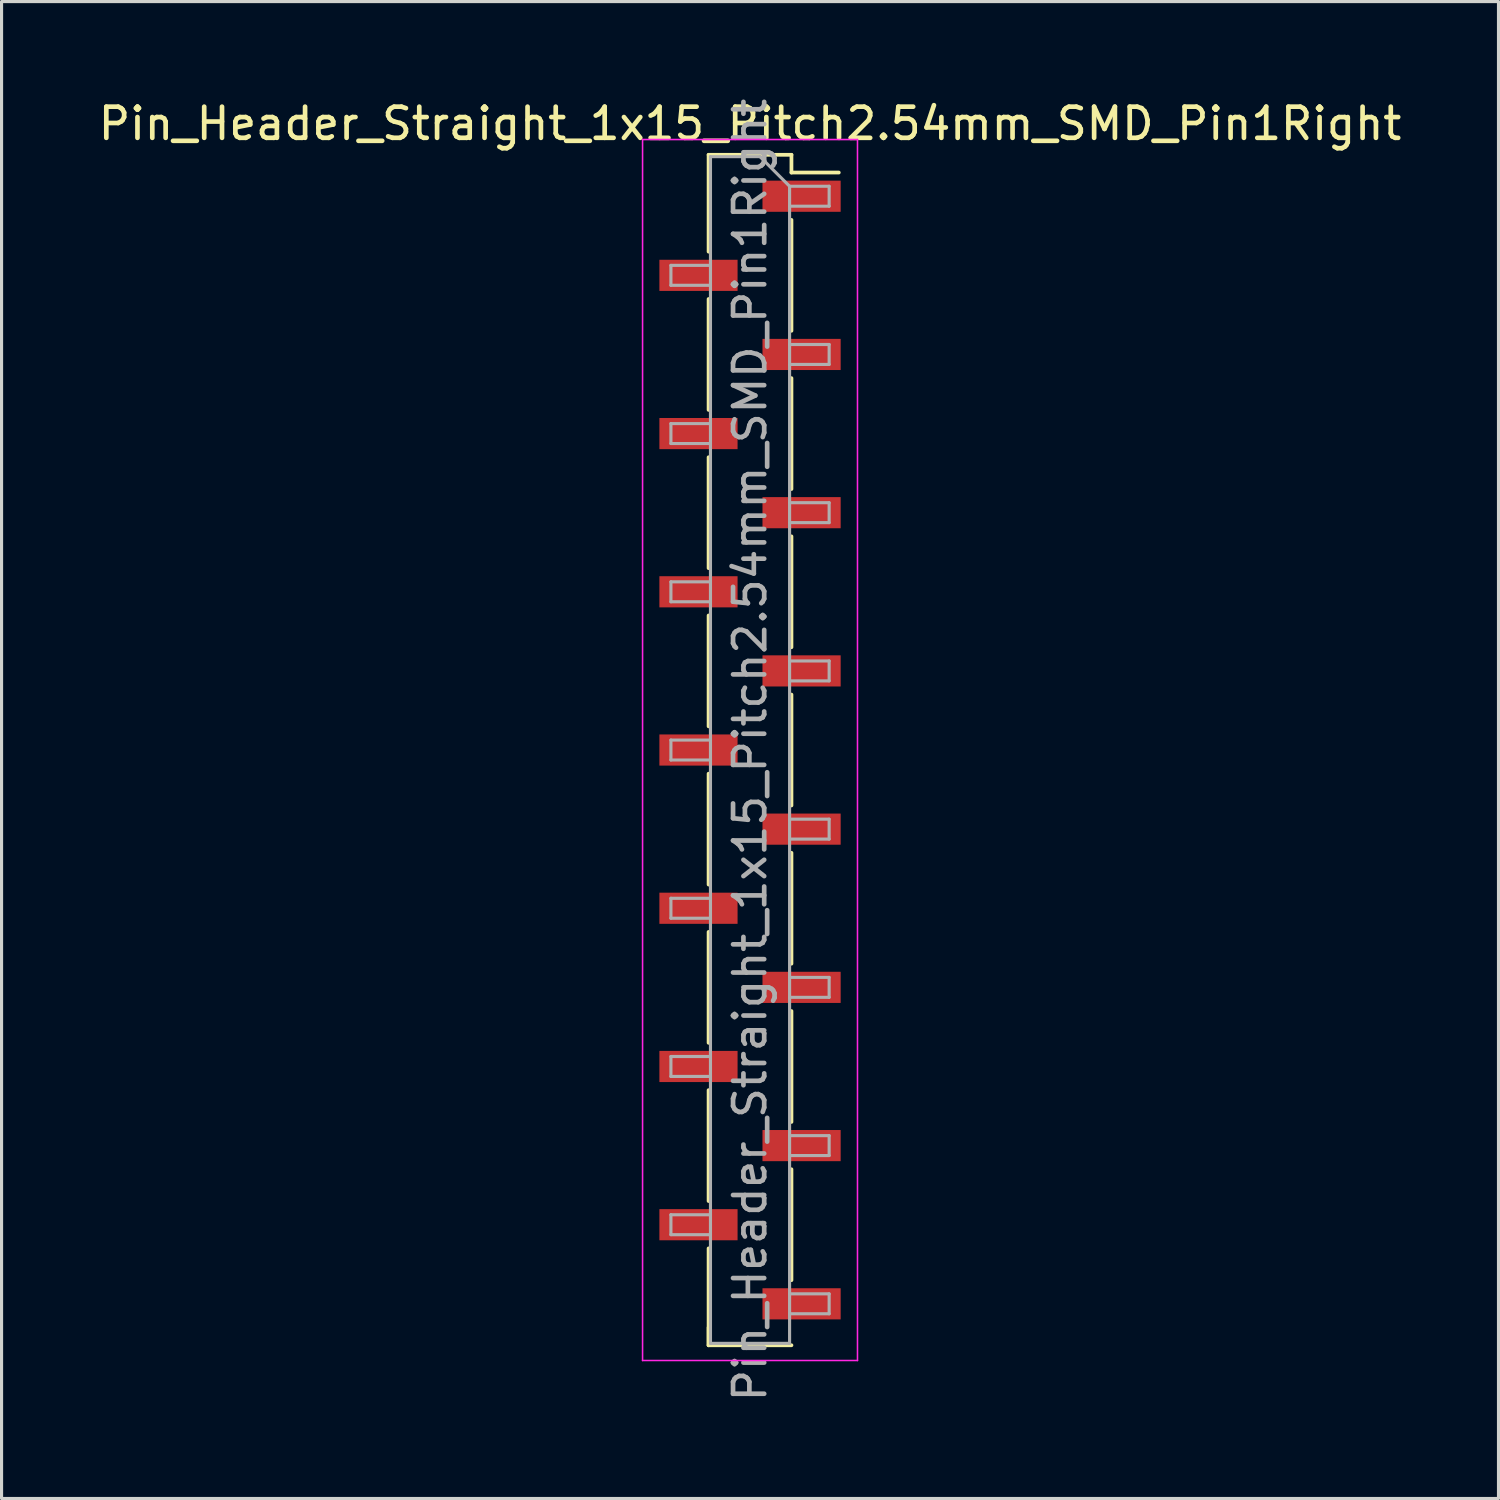
<source format=kicad_pcb>
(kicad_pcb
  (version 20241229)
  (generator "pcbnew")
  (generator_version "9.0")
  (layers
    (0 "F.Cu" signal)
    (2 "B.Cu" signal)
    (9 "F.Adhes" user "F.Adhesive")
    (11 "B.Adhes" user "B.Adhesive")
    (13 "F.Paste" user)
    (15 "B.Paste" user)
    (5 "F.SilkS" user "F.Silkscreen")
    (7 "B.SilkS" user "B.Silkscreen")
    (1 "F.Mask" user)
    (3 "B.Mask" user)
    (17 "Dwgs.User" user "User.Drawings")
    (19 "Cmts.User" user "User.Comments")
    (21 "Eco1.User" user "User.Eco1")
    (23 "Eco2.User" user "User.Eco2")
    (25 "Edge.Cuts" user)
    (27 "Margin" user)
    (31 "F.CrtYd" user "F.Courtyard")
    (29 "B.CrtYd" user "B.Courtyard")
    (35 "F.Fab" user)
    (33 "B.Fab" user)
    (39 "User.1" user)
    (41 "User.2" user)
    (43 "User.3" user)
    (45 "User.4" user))
  (footprint "Pin_Header_Straight_1x15_Pitch2.54mm_SMD_Pin1Right"
    (layer "F.Cu")
    (at 21.03 21.03)
    (property "Reference" "Pin_Header_Straight_1x15_Pitch2.54mm_SMD_Pin1Right" (at 0 -20.11 0) (layer "F.SilkS") (effects (font (size 1 1) (thickness 0.15))))
    (attr smd)
    (fp_line (start -1.33 -19.11) (end -1.33 -16) (stroke (width 0.12) (type solid)) (layer "F.SilkS"))
    (fp_line (start -1.33 -19.11) (end 1.33 -19.11) (stroke (width 0.12) (type solid)) (layer "F.SilkS"))
    (fp_line (start -1.33 -14.48) (end -1.33 -10.92) (stroke (width 0.12) (type solid)) (layer "F.SilkS"))
    (fp_line (start -1.33 -9.4) (end -1.33 -5.84) (stroke (width 0.12) (type solid)) (layer "F.SilkS"))
    (fp_line (start -1.33 -4.32) (end -1.33 -0.76) (stroke (width 0.12) (type solid)) (layer "F.SilkS"))
    (fp_line (start -1.33 0.76) (end -1.33 4.32) (stroke (width 0.12) (type solid)) (layer "F.SilkS"))
    (fp_line (start -1.33 5.84) (end -1.33 9.4) (stroke (width 0.12) (type solid)) (layer "F.SilkS"))
    (fp_line (start -1.33 10.92) (end -1.33 14.48) (stroke (width 0.12) (type solid)) (layer "F.SilkS"))
    (fp_line (start -1.33 16) (end -1.33 19.11) (stroke (width 0.12) (type solid)) (layer "F.SilkS"))
    (fp_line (start -1.33 18.54) (end -1.33 19.11) (stroke (width 0.12) (type solid)) (layer "F.SilkS"))
    (fp_line (start -1.33 19.11) (end 1.33 19.11) (stroke (width 0.12) (type solid)) (layer "F.SilkS"))
    (fp_line (start 1.33 -19.11) (end 1.33 -18.54) (stroke (width 0.12) (type solid)) (layer "F.SilkS"))
    (fp_line (start 1.33 -18.54) (end 2.85 -18.54) (stroke (width 0.12) (type solid)) (layer "F.SilkS"))
    (fp_line (start 1.33 -17.02) (end 1.33 -13.46) (stroke (width 0.12) (type solid)) (layer "F.SilkS"))
    (fp_line (start 1.33 -11.94) (end 1.33 -8.38) (stroke (width 0.12) (type solid)) (layer "F.SilkS"))
    (fp_line (start 1.33 -6.86) (end 1.33 -3.3) (stroke (width 0.12) (type solid)) (layer "F.SilkS"))
    (fp_line (start 1.33 -1.78) (end 1.33 1.78) (stroke (width 0.12) (type solid)) (layer "F.SilkS"))
    (fp_line (start 1.33 3.3) (end 1.33 6.86) (stroke (width 0.12) (type solid)) (layer "F.SilkS"))
    (fp_line (start 1.33 8.38) (end 1.33 11.94) (stroke (width 0.12) (type solid)) (layer "F.SilkS"))
    (fp_line (start 1.33 13.46) (end 1.33 17.02) (stroke (width 0.12) (type solid)) (layer "F.SilkS"))
    (fp_line (start -3.45 -19.6) (end -3.45 19.6) (stroke (width 0.05) (type solid)) (layer "F.CrtYd"))
    (fp_line (start -3.45 19.6) (end 3.45 19.6) (stroke (width 0.05) (type solid)) (layer "F.CrtYd"))
    (fp_line (start 3.45 -19.6) (end -3.45 -19.6) (stroke (width 0.05) (type solid)) (layer "F.CrtYd"))
    (fp_line (start 3.45 19.6) (end 3.45 -19.6) (stroke (width 0.05) (type solid)) (layer "F.CrtYd"))
    (fp_line (start -2.54 -15.56) (end -2.54 -14.92) (stroke (width 0.1) (type solid)) (layer "F.Fab"))
    (fp_line (start -2.54 -14.92) (end -1.27 -14.92) (stroke (width 0.1) (type solid)) (layer "F.Fab"))
    (fp_line (start -2.54 -10.48) (end -2.54 -9.84) (stroke (width 0.1) (type solid)) (layer "F.Fab"))
    (fp_line (start -2.54 -9.84) (end -1.27 -9.84) (stroke (width 0.1) (type solid)) (layer "F.Fab"))
    (fp_line (start -2.54 -5.4) (end -2.54 -4.76) (stroke (width 0.1) (type solid)) (layer "F.Fab"))
    (fp_line (start -2.54 -4.76) (end -1.27 -4.76) (stroke (width 0.1) (type solid)) (layer "F.Fab"))
    (fp_line (start -2.54 -0.32) (end -2.54 0.32) (stroke (width 0.1) (type solid)) (layer "F.Fab"))
    (fp_line (start -2.54 0.32) (end -1.27 0.32) (stroke (width 0.1) (type solid)) (layer "F.Fab"))
    (fp_line (start -2.54 4.76) (end -2.54 5.4) (stroke (width 0.1) (type solid)) (layer "F.Fab"))
    (fp_line (start -2.54 5.4) (end -1.27 5.4) (stroke (width 0.1) (type solid)) (layer "F.Fab"))
    (fp_line (start -2.54 9.84) (end -2.54 10.48) (stroke (width 0.1) (type solid)) (layer "F.Fab"))
    (fp_line (start -2.54 10.48) (end -1.27 10.48) (stroke (width 0.1) (type solid)) (layer "F.Fab"))
    (fp_line (start -2.54 14.92) (end -2.54 15.56) (stroke (width 0.1) (type solid)) (layer "F.Fab"))
    (fp_line (start -2.54 15.56) (end -1.27 15.56) (stroke (width 0.1) (type solid)) (layer "F.Fab"))
    (fp_line (start -1.27 -19.05) (end -1.27 19.05) (stroke (width 0.1) (type solid)) (layer "F.Fab"))
    (fp_line (start -1.27 -19.05) (end 0.32 -19.05) (stroke (width 0.1) (type solid)) (layer "F.Fab"))
    (fp_line (start -1.27 -15.56) (end -2.54 -15.56) (stroke (width 0.1) (type solid)) (layer "F.Fab"))
    (fp_line (start -1.27 -10.48) (end -2.54 -10.48) (stroke (width 0.1) (type solid)) (layer "F.Fab"))
    (fp_line (start -1.27 -5.4) (end -2.54 -5.4) (stroke (width 0.1) (type solid)) (layer "F.Fab"))
    (fp_line (start -1.27 -0.32) (end -2.54 -0.32) (stroke (width 0.1) (type solid)) (layer "F.Fab"))
    (fp_line (start -1.27 4.76) (end -2.54 4.76) (stroke (width 0.1) (type solid)) (layer "F.Fab"))
    (fp_line (start -1.27 9.84) (end -2.54 9.84) (stroke (width 0.1) (type solid)) (layer "F.Fab"))
    (fp_line (start -1.27 14.92) (end -2.54 14.92) (stroke (width 0.1) (type solid)) (layer "F.Fab"))
    (fp_line (start 1.27 -18.1) (end 0.32 -19.05) (stroke (width 0.1) (type solid)) (layer "F.Fab"))
    (fp_line (start 1.27 -18.1) (end 2.54 -18.1) (stroke (width 0.1) (type solid)) (layer "F.Fab"))
    (fp_line (start 1.27 -13.02) (end 2.54 -13.02) (stroke (width 0.1) (type solid)) (layer "F.Fab"))
    (fp_line (start 1.27 -7.94) (end 2.54 -7.94) (stroke (width 0.1) (type solid)) (layer "F.Fab"))
    (fp_line (start 1.27 -2.86) (end 2.54 -2.86) (stroke (width 0.1) (type solid)) (layer "F.Fab"))
    (fp_line (start 1.27 2.22) (end 2.54 2.22) (stroke (width 0.1) (type solid)) (layer "F.Fab"))
    (fp_line (start 1.27 7.3) (end 2.54 7.3) (stroke (width 0.1) (type solid)) (layer "F.Fab"))
    (fp_line (start 1.27 12.38) (end 2.54 12.38) (stroke (width 0.1) (type solid)) (layer "F.Fab"))
    (fp_line (start 1.27 17.46) (end 2.54 17.46) (stroke (width 0.1) (type solid)) (layer "F.Fab"))
    (fp_line (start 1.27 19.05) (end -1.27 19.05) (stroke (width 0.1) (type solid)) (layer "F.Fab"))
    (fp_line (start 1.27 19.05) (end 1.27 -18.1) (stroke (width 0.1) (type solid)) (layer "F.Fab"))
    (fp_line (start 2.54 -18.1) (end 2.54 -17.46) (stroke (width 0.1) (type solid)) (layer "F.Fab"))
    (fp_line (start 2.54 -17.46) (end 1.27 -17.46) (stroke (width 0.1) (type solid)) (layer "F.Fab"))
    (fp_line (start 2.54 -13.02) (end 2.54 -12.38) (stroke (width 0.1) (type solid)) (layer "F.Fab"))
    (fp_line (start 2.54 -12.38) (end 1.27 -12.38) (stroke (width 0.1) (type solid)) (layer "F.Fab"))
    (fp_line (start 2.54 -7.94) (end 2.54 -7.3) (stroke (width 0.1) (type solid)) (layer "F.Fab"))
    (fp_line (start 2.54 -7.3) (end 1.27 -7.3) (stroke (width 0.1) (type solid)) (layer "F.Fab"))
    (fp_line (start 2.54 -2.86) (end 2.54 -2.22) (stroke (width 0.1) (type solid)) (layer "F.Fab"))
    (fp_line (start 2.54 -2.22) (end 1.27 -2.22) (stroke (width 0.1) (type solid)) (layer "F.Fab"))
    (fp_line (start 2.54 2.22) (end 2.54 2.86) (stroke (width 0.1) (type solid)) (layer "F.Fab"))
    (fp_line (start 2.54 2.86) (end 1.27 2.86) (stroke (width 0.1) (type solid)) (layer "F.Fab"))
    (fp_line (start 2.54 7.3) (end 2.54 7.94) (stroke (width 0.1) (type solid)) (layer "F.Fab"))
    (fp_line (start 2.54 7.94) (end 1.27 7.94) (stroke (width 0.1) (type solid)) (layer "F.Fab"))
    (fp_line (start 2.54 12.38) (end 2.54 13.02) (stroke (width 0.1) (type solid)) (layer "F.Fab"))
    (fp_line (start 2.54 13.02) (end 1.27 13.02) (stroke (width 0.1) (type solid)) (layer "F.Fab"))
    (fp_line (start 2.54 17.46) (end 2.54 18.1) (stroke (width 0.1) (type solid)) (layer "F.Fab"))
    (fp_line (start 2.54 18.1) (end 1.27 18.1) (stroke (width 0.1) (type solid)) (layer "F.Fab"))
    (fp_text user "${REFERENCE}" (at 0 0 90) (layer "F.Fab") (effects (font (size 1 1) (thickness 0.15))))
    (pad "1" smd rect (at 1.655 -17.78) (size 2.51 1) (layers "F.Cu" "F.Mask" "F.Paste"))
    (pad "2" smd rect (at -1.655 -15.24) (size 2.51 1) (layers "F.Cu" "F.Mask" "F.Paste"))
    (pad "3" smd rect (at 1.655 -12.7) (size 2.51 1) (layers "F.Cu" "F.Mask" "F.Paste"))
    (pad "4" smd rect (at -1.655 -10.16) (size 2.51 1) (layers "F.Cu" "F.Mask" "F.Paste"))
    (pad "5" smd rect (at 1.655 -7.62) (size 2.51 1) (layers "F.Cu" "F.Mask" "F.Paste"))
    (pad "6" smd rect (at -1.655 -5.08) (size 2.51 1) (layers "F.Cu" "F.Mask" "F.Paste"))
    (pad "7" smd rect (at 1.655 -2.54) (size 2.51 1) (layers "F.Cu" "F.Mask" "F.Paste"))
    (pad "8" smd rect (at -1.655 0) (size 2.51 1) (layers "F.Cu" "F.Mask" "F.Paste"))
    (pad "9" smd rect (at 1.655 2.54) (size 2.51 1) (layers "F.Cu" "F.Mask" "F.Paste"))
    (pad "10" smd rect (at -1.655 5.08) (size 2.51 1) (layers "F.Cu" "F.Mask" "F.Paste"))
    (pad "11" smd rect (at 1.655 7.62) (size 2.51 1) (layers "F.Cu" "F.Mask" "F.Paste"))
    (pad "12" smd rect (at -1.655 10.16) (size 2.51 1) (layers "F.Cu" "F.Mask" "F.Paste"))
    (pad "13" smd rect (at 1.655 12.7) (size 2.51 1) (layers "F.Cu" "F.Mask" "F.Paste"))
    (pad "14" smd rect (at -1.655 15.24) (size 2.51 1) (layers "F.Cu" "F.Mask" "F.Paste"))
    (pad "15" smd rect (at 1.655 17.78) (size 2.51 1) (layers "F.Cu" "F.Mask" "F.Paste")))
  (gr_rect
    (start -3 -3)
    (end 45.06 45.06)
    (stroke (width 0.1) (type default))
    (fill no)
    (layer "Edge.Cuts")))
</source>
